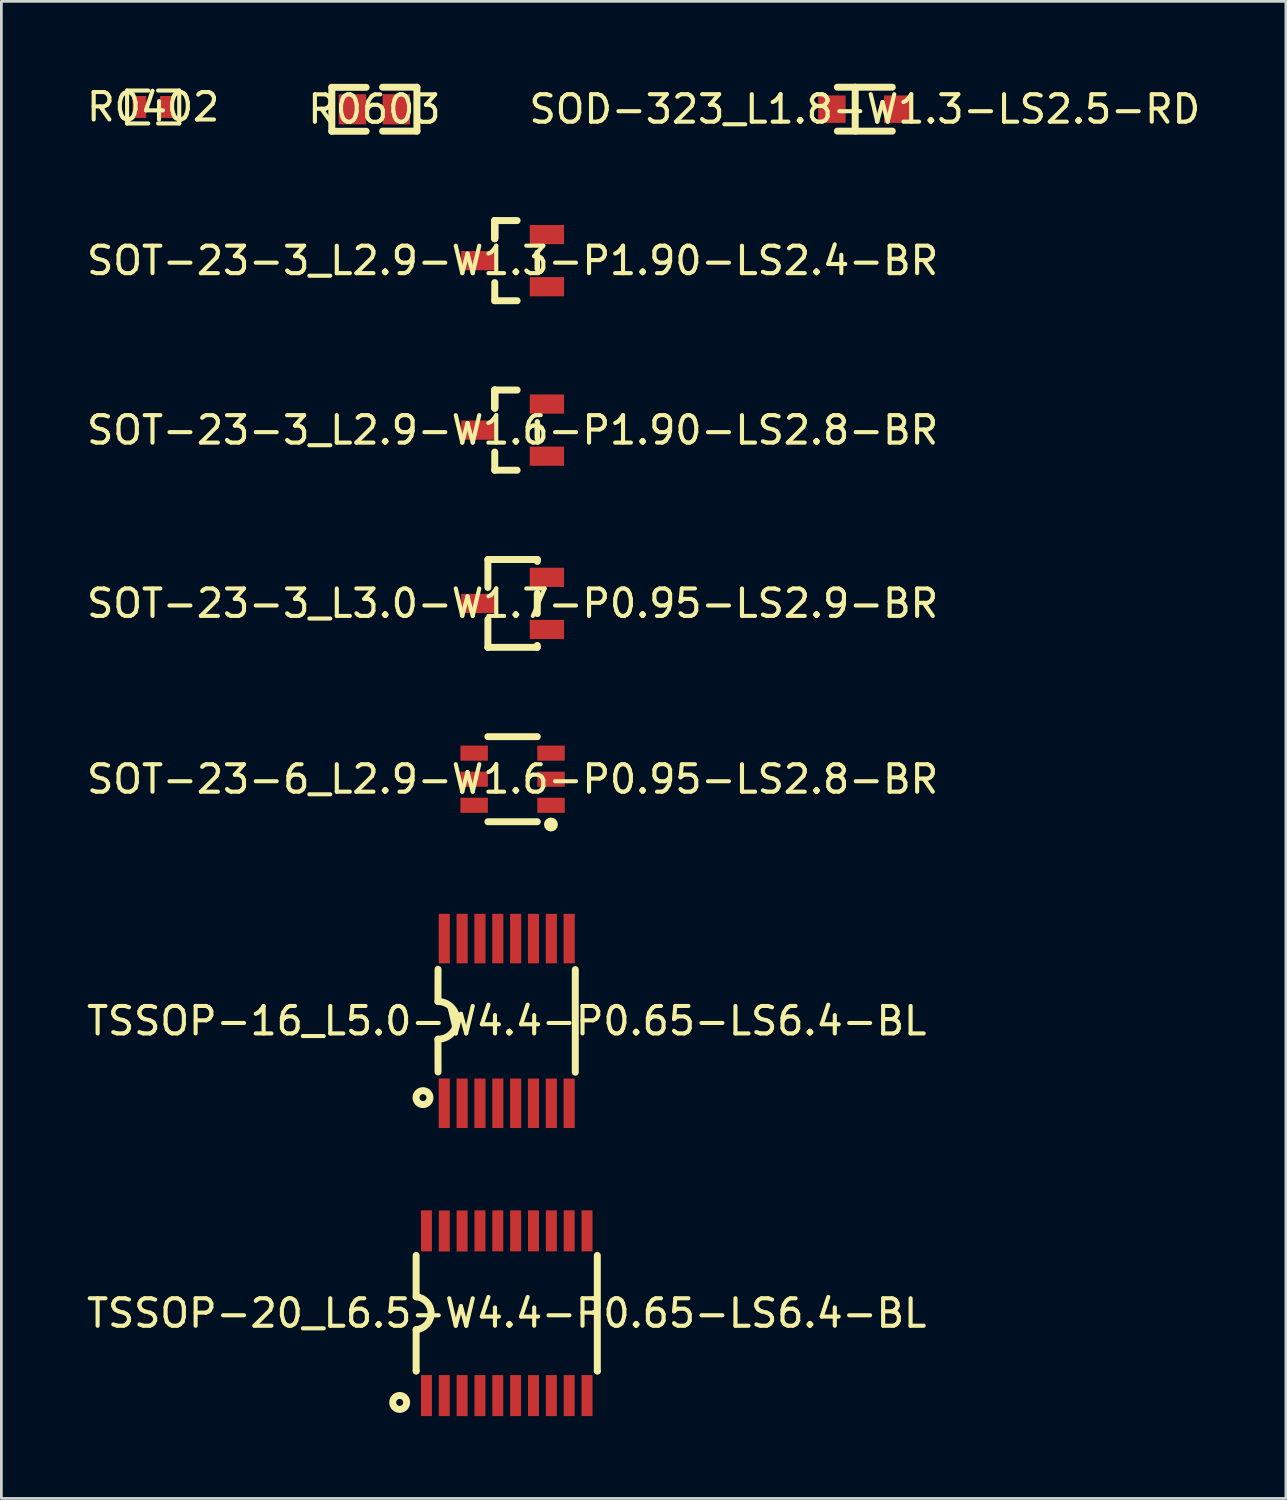
<source format=kicad_pcb>
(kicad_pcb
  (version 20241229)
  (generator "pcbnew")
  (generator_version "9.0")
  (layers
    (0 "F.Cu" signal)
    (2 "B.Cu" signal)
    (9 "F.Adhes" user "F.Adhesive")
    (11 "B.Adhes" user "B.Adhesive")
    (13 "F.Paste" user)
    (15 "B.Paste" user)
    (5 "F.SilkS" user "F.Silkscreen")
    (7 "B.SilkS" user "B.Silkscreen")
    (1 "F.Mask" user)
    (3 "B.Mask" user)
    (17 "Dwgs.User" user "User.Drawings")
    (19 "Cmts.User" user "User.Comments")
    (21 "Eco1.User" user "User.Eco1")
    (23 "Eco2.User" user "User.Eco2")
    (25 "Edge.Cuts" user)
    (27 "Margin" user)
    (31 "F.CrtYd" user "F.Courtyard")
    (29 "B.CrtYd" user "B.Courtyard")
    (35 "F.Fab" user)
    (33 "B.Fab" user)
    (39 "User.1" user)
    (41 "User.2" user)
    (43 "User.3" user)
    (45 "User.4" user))
  (footprint "TSSOP-16_L5.0-W4.4-P0.65-LS6.4-BL"
    (layer "F.Cu")
    (at 15.411 34.145)
    (property "Reference" "TSSOP-16_L5.0-W4.4-P0.65-LS6.4-BL" (at 0 0 0) (layer "F.SilkS") (effects (font (size 1 1) (thickness 0.15))))
    (fp_line (start -2.505 -0.706) (end -2.502 -1.88) (stroke (width 0.254) (type default)) (layer "F.SilkS"))
    (fp_line (start -2.502 1.86) (end -2.505 0.666) (stroke (width 0.254) (type default)) (layer "F.SilkS"))
    (fp_line (start 2.498 1.869) (end 2.498 -1.869) (stroke (width 0.254) (type default)) (layer "F.SilkS"))
    (fp_arc (start -2.5045 -0.706) (mid -1.8185 -0.02) (end -2.5045 0.666) (stroke (width 0.254) (type default)) (layer "F.SilkS"))
    (fp_circle (center -3.05 2.794) (end -2.796 2.794) (stroke (width 0.254) (type default)) (fill no) (layer "F.SilkS"))
    (pad "1" smd rect (at -2.275 3 90) (size 1.804 0.406) (layers "F.Cu" "F.Mask" "F.Paste"))
    (pad "2" smd rect (at -1.625 3 90) (size 1.804 0.406) (layers "F.Cu" "F.Mask" "F.Paste"))
    (pad "3" smd rect (at -0.975 3 90) (size 1.804 0.406) (layers "F.Cu" "F.Mask" "F.Paste"))
    (pad "4" smd rect (at -0.325 3 90) (size 1.804 0.406) (layers "F.Cu" "F.Mask" "F.Paste"))
    (pad "5" smd rect (at 0.325 3 90) (size 1.804 0.406) (layers "F.Cu" "F.Mask" "F.Paste"))
    (pad "6" smd rect (at 0.975 3 90) (size 1.804 0.406) (layers "F.Cu" "F.Mask" "F.Paste"))
    (pad "7" smd rect (at 1.625 3 90) (size 1.804 0.406) (layers "F.Cu" "F.Mask" "F.Paste"))
    (pad "8" smd rect (at 2.275 3 90) (size 1.804 0.406) (layers "F.Cu" "F.Mask" "F.Paste"))
    (pad "9" smd rect (at 2.275 -3 90) (size 1.804 0.406) (layers "F.Cu" "F.Mask" "F.Paste"))
    (pad "10" smd rect (at 1.625 -3 90) (size 1.804 0.406) (layers "F.Cu" "F.Mask" "F.Paste"))
    (pad "11" smd rect (at 0.975 -3 90) (size 1.804 0.406) (layers "F.Cu" "F.Mask" "F.Paste"))
    (pad "12" smd rect (at 0.325 -3 90) (size 1.804 0.406) (layers "F.Cu" "F.Mask" "F.Paste"))
    (pad "13" smd rect (at -0.325 -3 90) (size 1.804 0.406) (layers "F.Cu" "F.Mask" "F.Paste"))
    (pad "14" smd rect (at -0.975 -3 90) (size 1.804 0.406) (layers "F.Cu" "F.Mask" "F.Paste"))
    (pad "15" smd rect (at -1.625 -3 90) (size 1.804 0.406) (layers "F.Cu" "F.Mask" "F.Paste"))
    (pad "16" smd rect (at -2.275 -3 90) (size 1.804 0.406) (layers "F.Cu" "F.Mask" "F.Paste")))
  (footprint "SOT-23-3_L2.9-W1.6-P1.90-LS2.8-BR"
    (layer "F.Cu")
    (at 15.625 12.62)
    (property "Reference" "SOT-23-3_L2.9-W1.6-P1.90-LS2.8-BR" (at 0 0 0) (layer "F.SilkS") (effects (font (size 1 1) (thickness 0.15))))
    (fp_line (start -0.65 -1.46) (end -0.65 -0.8) (stroke (width 0.254) (type default)) (layer "F.SilkS"))
    (fp_line (start -0.65 -1.46) (end 0.165 -1.46) (stroke (width 0.254) (type default)) (layer "F.SilkS"))
    (fp_line (start -0.65 -0.8) (end -0.65 -1.46) (stroke (width 0.254) (type default)) (layer "F.SilkS"))
    (fp_line (start -0.65 -0.8) (end -0.65 -1.46) (stroke (width 0.254) (type default)) (layer "F.SilkS"))
    (fp_line (start -0.65 1.46) (end -0.65 0.8) (stroke (width 0.254) (type default)) (layer "F.SilkS"))
    (fp_line (start 0.165 1.46) (end -0.65 1.46) (stroke (width 0.254) (type default)) (layer "F.SilkS"))
    (fp_line (start 0.9 0.3) (end 0.9 -0.3) (stroke (width 0.2) (type default)) (layer "F.SilkS"))
    (pad "1" smd rect (at 1.25 0.95 270) (size 0.7 1.25) (layers "F.Cu" "F.Mask" "F.Paste"))
    (pad "2" smd rect (at 1.25 -0.95 270) (size 0.7 1.25) (layers "F.Cu" "F.Mask" "F.Paste"))
    (pad "3" smd rect (at -1.25 0 270) (size 0.7 1.25) (layers "F.Cu" "F.Mask" "F.Paste")))
  (footprint "SOT-23-3_L2.9-W1.3-P1.90-LS2.4-BR"
    (layer "F.Cu")
    (at 15.625 6.446)
    (property "Reference" "SOT-23-3_L2.9-W1.3-P1.90-LS2.4-BR" (at 0 0 0) (layer "F.SilkS") (effects (font (size 1 1) (thickness 0.15))))
    (fp_line (start -0.65 -1.46) (end -0.65 -0.8) (stroke (width 0.254) (type default)) (layer "F.SilkS"))
    (fp_line (start -0.65 -1.46) (end 0.165 -1.46) (stroke (width 0.254) (type default)) (layer "F.SilkS"))
    (fp_line (start -0.65 -0.8) (end -0.65 -1.46) (stroke (width 0.254) (type default)) (layer "F.SilkS"))
    (fp_line (start -0.65 -0.8) (end -0.65 -1.46) (stroke (width 0.254) (type default)) (layer "F.SilkS"))
    (fp_line (start -0.65 1.46) (end -0.65 0.8) (stroke (width 0.254) (type default)) (layer "F.SilkS"))
    (fp_line (start 0.165 1.46) (end -0.65 1.46) (stroke (width 0.254) (type default)) (layer "F.SilkS"))
    (fp_line (start 0.9 0.3) (end 0.9 -0.3) (stroke (width 0.2) (type default)) (layer "F.SilkS"))
    (pad "1" smd rect (at 1.25 0.95 270) (size 0.7 1.25) (layers "F.Cu" "F.Mask" "F.Paste"))
    (pad "2" smd rect (at 1.25 -0.95 270) (size 0.7 1.25) (layers "F.Cu" "F.Mask" "F.Paste"))
    (pad "3" smd rect (at -1.25 0 270) (size 0.7 1.25) (layers "F.Cu" "F.Mask" "F.Paste")))
  (footprint "SOD-323_L1.8-W1.3-LS2.5-RD"
    (layer "F.Cu")
    (at 28.458 0.927)
    (property "Reference" "SOD-323_L1.8-W1.3-LS2.5-RD" (at 0 0 0) (layer "F.SilkS") (effects (font (size 1 1) (thickness 0.15))))
    (fp_line (start -1 -0.8) (end 1 -0.8) (stroke (width 0.254) (type default)) (layer "F.SilkS"))
    (fp_line (start -1 0.8) (end 1 0.8) (stroke (width 0.254) (type default)) (layer "F.SilkS"))
    (fp_line (start -0.351 -0.8) (end -0.351 0.8) (stroke (width 0.254) (type default)) (layer "F.SilkS"))
    (pad "1" smd rect (at -1.2 0) (size 1 1) (layers "F.Cu" "F.Mask" "F.Paste"))
    (pad "2" smd rect (at 1.2 0) (size 1 1) (layers "F.Cu" "F.Mask" "F.Paste")))
  (footprint "R0603"
    (layer "F.Cu")
    (at 10.589 0.932)
    (property "Reference" "R0603" (at 0 0 0) (layer "F.SilkS") (effects (font (size 1 1) (thickness 0.15))))
    (fp_line (start -1.55 -0.8) (end -1.55 0.8) (stroke (width 0.254) (type default)) (layer "F.SilkS"))
    (fp_line (start -0.3 -0.8) (end -1.55 -0.8) (stroke (width 0.254) (type default)) (layer "F.SilkS"))
    (fp_line (start -0.3 0.8) (end -1.55 0.8) (stroke (width 0.254) (type default)) (layer "F.SilkS"))
    (fp_line (start 0.3 -0.805) (end 1.55 -0.805) (stroke (width 0.254) (type default)) (layer "F.SilkS"))
    (fp_line (start 0.3 0.795) (end 1.55 0.795) (stroke (width 0.254) (type default)) (layer "F.SilkS"))
    (fp_line (start 1.55 -0.805) (end 1.55 0.795) (stroke (width 0.254) (type default)) (layer "F.SilkS"))
    (pad "1" smd rect (at -0.8 0) (size 1 1.1) (layers "F.Cu" "F.Mask" "F.Paste"))
    (pad "2" smd rect (at 0.8 0) (size 1 1.1) (layers "F.Cu" "F.Mask" "F.Paste")))
  (footprint "TSSOP-20_L6.5-W4.4-P0.65-LS6.4-BL"
    (layer "F.Cu")
    (at 15.411 44.794)
    (property "Reference" "TSSOP-20_L6.5-W4.4-P0.65-LS6.4-BL" (at 0 0 0) (layer "F.SilkS") (effects (font (size 1 1) (thickness 0.15))))
    (fp_line (start -3.3 2.105) (end -3.3 0.6) (stroke (width 0.254) (type default)) (layer "F.SilkS"))
    (fp_line (start -3.3 2.105) (end -3.3 2.105) (stroke (width 0.254) (type default)) (layer "F.SilkS"))
    (fp_line (start -3.3 -0.6) (end -3.3 -2.105) (stroke (width 0.254) (type default)) (layer "F.SilkS"))
    (fp_line (start 3.3 -2.105) (end 3.3 2.105) (stroke (width 0.254) (type default)) (layer "F.SilkS"))
    (fp_line (start 3.3 2.105) (end 3.3 2.105) (stroke (width 0.254) (type default)) (layer "F.SilkS"))
    (fp_arc (start -3.3 -0.6) (mid -2.753846 0) (end -3.3 0.6) (stroke (width 0.254) (type default)) (layer "F.SilkS"))
    (fp_circle (center -3.9 3.25) (end -3.646 3.25) (stroke (width 0.254) (type default)) (fill no) (layer "F.SilkS"))
    (pad "1" smd rect (at -2.925 3.001) (size 0.4 1.494) (layers "F.Cu" "F.Mask" "F.Paste"))
    (pad "2" smd rect (at -2.275 3.001) (size 0.4 1.494) (layers "F.Cu" "F.Mask" "F.Paste"))
    (pad "3" smd rect (at -1.625 3.001) (size 0.4 1.494) (layers "F.Cu" "F.Mask" "F.Paste"))
    (pad "4" smd rect (at -0.975 3.001) (size 0.4 1.494) (layers "F.Cu" "F.Mask" "F.Paste"))
    (pad "5" smd rect (at -0.325 3.001) (size 0.4 1.494) (layers "F.Cu" "F.Mask" "F.Paste"))
    (pad "6" smd rect (at 0.324 3.001) (size 0.4 1.494) (layers "F.Cu" "F.Mask" "F.Paste"))
    (pad "7" smd rect (at 0.975 3.001) (size 0.4 1.494) (layers "F.Cu" "F.Mask" "F.Paste"))
    (pad "8" smd rect (at 1.625 3.001) (size 0.4 1.494) (layers "F.Cu" "F.Mask" "F.Paste"))
    (pad "9" smd rect (at 2.275 3.001) (size 0.4 1.494) (layers "F.Cu" "F.Mask" "F.Paste"))
    (pad "10" smd rect (at 2.925 3.001) (size 0.4 1.494) (layers "F.Cu" "F.Mask" "F.Paste"))
    (pad "11" smd rect (at 2.925 -3.001) (size 0.4 1.494) (layers "F.Cu" "F.Mask" "F.Paste"))
    (pad "12" smd rect (at 2.275 -3.001) (size 0.4 1.494) (layers "F.Cu" "F.Mask" "F.Paste"))
    (pad "13" smd rect (at 1.625 -3.001) (size 0.4 1.494) (layers "F.Cu" "F.Mask" "F.Paste"))
    (pad "14" smd rect (at 0.975 -3.001) (size 0.4 1.494) (layers "F.Cu" "F.Mask" "F.Paste"))
    (pad "15" smd rect (at 0.325 -3.001) (size 0.4 1.494) (layers "F.Cu" "F.Mask" "F.Paste"))
    (pad "16" smd rect (at -0.325 -3.001) (size 0.4 1.494) (layers "F.Cu" "F.Mask" "F.Paste"))
    (pad "17" smd rect (at -0.975 -3.001) (size 0.4 1.494) (layers "F.Cu" "F.Mask" "F.Paste"))
    (pad "18" smd rect (at -1.625 -2.996) (size 0.4 1.494) (layers "F.Cu" "F.Mask" "F.Paste"))
    (pad "19" smd rect (at -2.275 -2.996) (size 0.4 1.494) (layers "F.Cu" "F.Mask" "F.Paste"))
    (pad "20" smd rect (at -2.925 -3.001) (size 0.4 1.494) (layers "F.Cu" "F.Mask" "F.Paste")))
  (footprint "SOT-23-6_L2.9-W1.6-P0.95-LS2.8-BR"
    (layer "F.Cu")
    (at 15.625 25.338)
    (property "Reference" "SOT-23-6_L2.9-W1.6-P0.95-LS2.8-BR" (at 0 0 0) (layer "F.SilkS") (effects (font (size 1 1) (thickness 0.15))))
    (fp_line (start -0.9 -1.55) (end 0.9 -1.55) (stroke (width 0.254) (type default)) (layer "F.SilkS"))
    (fp_line (start -0.9 1.55) (end 0.9 1.55) (stroke (width 0.254) (type default)) (layer "F.SilkS"))
    (fp_circle (center 1.397 1.651) (end 1.524 1.651) (stroke (width 0.254) (type default)) (fill no) (layer "F.SilkS"))
    (pad "1" smd rect (at 1.4 0.95 180) (size 1 0.55) (layers "F.Cu" "F.Mask" "F.Paste"))
    (pad "2" smd rect (at 1.4 0 180) (size 1 0.55) (layers "F.Cu" "F.Mask" "F.Paste"))
    (pad "3" smd rect (at 1.4 -0.95 180) (size 1 0.55) (layers "F.Cu" "F.Mask" "F.Paste"))
    (pad "4" smd rect (at -1.4 -0.95 180) (size 1 0.55) (layers "F.Cu" "F.Mask" "F.Paste"))
    (pad "5" smd rect (at -1.4 0 180) (size 1 0.55) (layers "F.Cu" "F.Mask" "F.Paste"))
    (pad "6" smd rect (at -1.4 0.95 180) (size 1 0.55) (layers "F.Cu" "F.Mask" "F.Paste")))
  (footprint "SOT-23-3_L3.0-W1.7-P0.95-LS2.9-BR"
    (layer "F.Cu")
    (at 15.625 18.934)
    (property "Reference" "SOT-23-3_L3.0-W1.7-P0.95-LS2.9-BR" (at 0 0 0) (layer "F.SilkS") (effects (font (size 1 1) (thickness 0.15))))
    (fp_line (start -0.9 -1.6) (end 0.9 -1.6) (stroke (width 0.254) (type default)) (layer "F.SilkS"))
    (fp_line (start -0.9 -0.581) (end -0.9 -1.6) (stroke (width 0.254) (type default)) (layer "F.SilkS"))
    (fp_line (start -0.9 1.6) (end -0.9 0.581) (stroke (width 0.254) (type default)) (layer "F.SilkS"))
    (fp_line (start -0.9 1.6) (end 0.9 1.6) (stroke (width 0.254) (type default)) (layer "F.SilkS"))
    (fp_line (start 0.9 -1.531) (end 0.9 -1.6) (stroke (width 0.254) (type default)) (layer "F.SilkS"))
    (fp_line (start 0.9 0.369) (end 0.9 -0.369) (stroke (width 0.254) (type default)) (layer "F.SilkS"))
    (fp_line (start 0.9 1.6) (end 0.9 1.531) (stroke (width 0.254) (type default)) (layer "F.SilkS"))
    (pad "1" smd rect (at 1.25 0.95 270) (size 0.7 1.25) (layers "F.Cu" "F.Mask" "F.Paste"))
    (pad "2" smd rect (at 1.25 -0.95 270) (size 0.7 1.25) (layers "F.Cu" "F.Mask" "F.Paste"))
    (pad "3" smd rect (at -1.25 0 270) (size 0.7 1.25) (layers "F.Cu" "F.Mask" "F.Paste")))
  (footprint "R0402"
    (layer "F.Cu")
    (at 2.53 0.848)
    (property "Reference" "R0402" (at 0 0 0) (layer "F.SilkS") (effects (font (size 1 1) (thickness 0.15))))
    (fp_line (start -0.95 -0.6) (end -0.95 0.6) (stroke (width 0.15) (type default)) (layer "F.SilkS"))
    (fp_line (start -0.18 -0.6) (end -0.95 -0.6) (stroke (width 0.15) (type default)) (layer "F.SilkS"))
    (fp_line (start -0.18 0.6) (end -0.95 0.6) (stroke (width 0.15) (type default)) (layer "F.SilkS"))
    (fp_line (start 0.18 -0.6) (end 0.95 -0.6) (stroke (width 0.15) (type default)) (layer "F.SilkS"))
    (fp_line (start 0.18 0.6) (end 0.95 0.6) (stroke (width 0.15) (type default)) (layer "F.SilkS"))
    (fp_line (start 0.95 -0.6) (end 0.95 0.6) (stroke (width 0.15) (type default)) (layer "F.SilkS"))
    (pad "1" smd rect (at -0.5 0 180) (size 0.5 0.8) (layers "F.Cu" "F.Mask" "F.Paste"))
    (pad "2" smd rect (at 0.5 0 180) (size 0.5 0.8) (layers "F.Cu" "F.Mask" "F.Paste")))
  (gr_rect
    (start -3 -3)
    (end 43.798 51.542)
    (stroke (width 0.1) (type default))
    (fill no)
    (layer "Edge.Cuts")))
</source>
